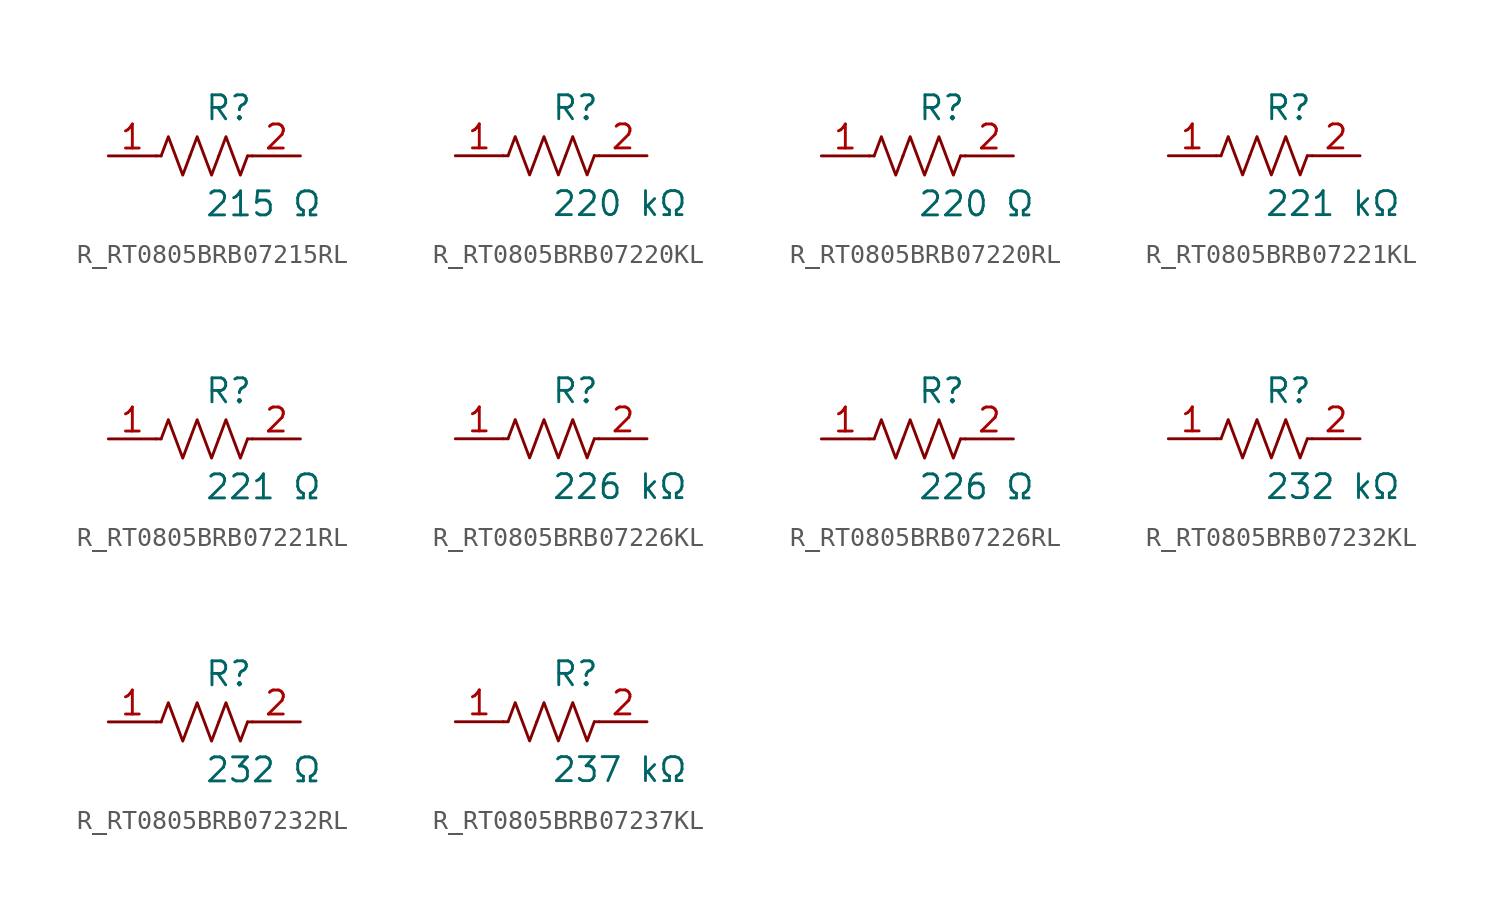
<source format=kicad_sym>
(kicad_symbol_lib
  (version 20231120)
  (generator kicad_symbol_editor)
  (generator_version 8.0)
  (symbol "R_RT0805BRB07215RL"
    (pin_names
      (offset 0.254))
    (property "Reference" "R"
      (at 0 2.54 0)
      (effects (font (size 1.27 1.27)) (justify left)))
    (property "Value" "215 Ω"
      (at 0 -2.54 0)
      (effects (font (size 1.27 1.27)) (justify left)))
    (symbol "R_RT0805BRB07215RL_0_1"
      (polyline (pts (xy 2.286 0) (xy 2.54 0)) (stroke (width 0) (type default)) (fill (type none)))
      (polyline (pts (xy -2.286 0) (xy -2.54 0)) (stroke (width 0) (type default)) (fill (type none)))
      (polyline (pts (xy 0.762 0) (xy 1.143 1.016) (xy 1.524 0) (xy 1.905 -1.016) (xy 2.286 0)) (stroke (width 0) (type default)) (fill (type none)))
      (polyline (pts (xy -0.762 0) (xy -0.381 1.016) (xy 0 0) (xy 0.381 -1.016) (xy 0.762 0)) (stroke (width 0) (type default)) (fill (type none)))
      (polyline (pts (xy -2.286 0) (xy -1.905 1.016) (xy -1.524 0) (xy -1.143 -1.016) (xy -0.762 0)) (stroke (width 0) (type default)) (fill (type none))))
    (pin unspecified line
      (at -5.08 0 0)
      (length 2.54)
      (name "" (effects (font (size 1.27 1.27))))
      (number "1" (effects (font (size 1.27 1.27)))))
    (pin unspecified line
      (at 5.08 0 180)
      (length 2.54)
      (name "" (effects (font (size 1.27 1.27))))
      (number "2" (effects (font (size 1.27 1.27))))))
  (symbol "R_RT0805BRB07220KL"
    (pin_names
      (offset 0.254))
    (property "Reference" "R"
      (at 0 2.54 0)
      (effects (font (size 1.27 1.27)) (justify left)))
    (property "Value" "220 kΩ"
      (at 0 -2.54 0)
      (effects (font (size 1.27 1.27)) (justify left)))
    (symbol "R_RT0805BRB07220KL_0_1"
      (polyline (pts (xy 2.286 0) (xy 2.54 0)) (stroke (width 0) (type default)) (fill (type none)))
      (polyline (pts (xy -2.286 0) (xy -2.54 0)) (stroke (width 0) (type default)) (fill (type none)))
      (polyline (pts (xy 0.762 0) (xy 1.143 1.016) (xy 1.524 0) (xy 1.905 -1.016) (xy 2.286 0)) (stroke (width 0) (type default)) (fill (type none)))
      (polyline (pts (xy -0.762 0) (xy -0.381 1.016) (xy 0 0) (xy 0.381 -1.016) (xy 0.762 0)) (stroke (width 0) (type default)) (fill (type none)))
      (polyline (pts (xy -2.286 0) (xy -1.905 1.016) (xy -1.524 0) (xy -1.143 -1.016) (xy -0.762 0)) (stroke (width 0) (type default)) (fill (type none))))
    (pin unspecified line
      (at -5.08 0 0)
      (length 2.54)
      (name "" (effects (font (size 1.27 1.27))))
      (number "1" (effects (font (size 1.27 1.27)))))
    (pin unspecified line
      (at 5.08 0 180)
      (length 2.54)
      (name "" (effects (font (size 1.27 1.27))))
      (number "2" (effects (font (size 1.27 1.27))))))
  (symbol "R_RT0805BRB07220RL"
    (pin_names
      (offset 0.254))
    (property "Reference" "R"
      (at 0 2.54 0)
      (effects (font (size 1.27 1.27)) (justify left)))
    (property "Value" "220 Ω"
      (at 0 -2.54 0)
      (effects (font (size 1.27 1.27)) (justify left)))
    (symbol "R_RT0805BRB07220RL_0_1"
      (polyline (pts (xy 2.286 0) (xy 2.54 0)) (stroke (width 0) (type default)) (fill (type none)))
      (polyline (pts (xy -2.286 0) (xy -2.54 0)) (stroke (width 0) (type default)) (fill (type none)))
      (polyline (pts (xy 0.762 0) (xy 1.143 1.016) (xy 1.524 0) (xy 1.905 -1.016) (xy 2.286 0)) (stroke (width 0) (type default)) (fill (type none)))
      (polyline (pts (xy -0.762 0) (xy -0.381 1.016) (xy 0 0) (xy 0.381 -1.016) (xy 0.762 0)) (stroke (width 0) (type default)) (fill (type none)))
      (polyline (pts (xy -2.286 0) (xy -1.905 1.016) (xy -1.524 0) (xy -1.143 -1.016) (xy -0.762 0)) (stroke (width 0) (type default)) (fill (type none))))
    (pin unspecified line
      (at -5.08 0 0)
      (length 2.54)
      (name "" (effects (font (size 1.27 1.27))))
      (number "1" (effects (font (size 1.27 1.27)))))
    (pin unspecified line
      (at 5.08 0 180)
      (length 2.54)
      (name "" (effects (font (size 1.27 1.27))))
      (number "2" (effects (font (size 1.27 1.27))))))
  (symbol "R_RT0805BRB07221KL"
    (pin_names
      (offset 0.254))
    (property "Reference" "R"
      (at 0 2.54 0)
      (effects (font (size 1.27 1.27)) (justify left)))
    (property "Value" "221 kΩ"
      (at 0 -2.54 0)
      (effects (font (size 1.27 1.27)) (justify left)))
    (symbol "R_RT0805BRB07221KL_0_1"
      (polyline (pts (xy 2.286 0) (xy 2.54 0)) (stroke (width 0) (type default)) (fill (type none)))
      (polyline (pts (xy -2.286 0) (xy -2.54 0)) (stroke (width 0) (type default)) (fill (type none)))
      (polyline (pts (xy 0.762 0) (xy 1.143 1.016) (xy 1.524 0) (xy 1.905 -1.016) (xy 2.286 0)) (stroke (width 0) (type default)) (fill (type none)))
      (polyline (pts (xy -0.762 0) (xy -0.381 1.016) (xy 0 0) (xy 0.381 -1.016) (xy 0.762 0)) (stroke (width 0) (type default)) (fill (type none)))
      (polyline (pts (xy -2.286 0) (xy -1.905 1.016) (xy -1.524 0) (xy -1.143 -1.016) (xy -0.762 0)) (stroke (width 0) (type default)) (fill (type none))))
    (pin unspecified line
      (at -5.08 0 0)
      (length 2.54)
      (name "" (effects (font (size 1.27 1.27))))
      (number "1" (effects (font (size 1.27 1.27)))))
    (pin unspecified line
      (at 5.08 0 180)
      (length 2.54)
      (name "" (effects (font (size 1.27 1.27))))
      (number "2" (effects (font (size 1.27 1.27))))))
  (symbol "R_RT0805BRB07221RL"
    (pin_names
      (offset 0.254))
    (property "Reference" "R"
      (at 0 2.54 0)
      (effects (font (size 1.27 1.27)) (justify left)))
    (property "Value" "221 Ω"
      (at 0 -2.54 0)
      (effects (font (size 1.27 1.27)) (justify left)))
    (symbol "R_RT0805BRB07221RL_0_1"
      (polyline (pts (xy 2.286 0) (xy 2.54 0)) (stroke (width 0) (type default)) (fill (type none)))
      (polyline (pts (xy -2.286 0) (xy -2.54 0)) (stroke (width 0) (type default)) (fill (type none)))
      (polyline (pts (xy 0.762 0) (xy 1.143 1.016) (xy 1.524 0) (xy 1.905 -1.016) (xy 2.286 0)) (stroke (width 0) (type default)) (fill (type none)))
      (polyline (pts (xy -0.762 0) (xy -0.381 1.016) (xy 0 0) (xy 0.381 -1.016) (xy 0.762 0)) (stroke (width 0) (type default)) (fill (type none)))
      (polyline (pts (xy -2.286 0) (xy -1.905 1.016) (xy -1.524 0) (xy -1.143 -1.016) (xy -0.762 0)) (stroke (width 0) (type default)) (fill (type none))))
    (pin unspecified line
      (at -5.08 0 0)
      (length 2.54)
      (name "" (effects (font (size 1.27 1.27))))
      (number "1" (effects (font (size 1.27 1.27)))))
    (pin unspecified line
      (at 5.08 0 180)
      (length 2.54)
      (name "" (effects (font (size 1.27 1.27))))
      (number "2" (effects (font (size 1.27 1.27))))))
  (symbol "R_RT0805BRB07226KL"
    (pin_names
      (offset 0.254))
    (property "Reference" "R"
      (at 0 2.54 0)
      (effects (font (size 1.27 1.27)) (justify left)))
    (property "Value" "226 kΩ"
      (at 0 -2.54 0)
      (effects (font (size 1.27 1.27)) (justify left)))
    (symbol "R_RT0805BRB07226KL_0_1"
      (polyline (pts (xy 2.286 0) (xy 2.54 0)) (stroke (width 0) (type default)) (fill (type none)))
      (polyline (pts (xy -2.286 0) (xy -2.54 0)) (stroke (width 0) (type default)) (fill (type none)))
      (polyline (pts (xy 0.762 0) (xy 1.143 1.016) (xy 1.524 0) (xy 1.905 -1.016) (xy 2.286 0)) (stroke (width 0) (type default)) (fill (type none)))
      (polyline (pts (xy -0.762 0) (xy -0.381 1.016) (xy 0 0) (xy 0.381 -1.016) (xy 0.762 0)) (stroke (width 0) (type default)) (fill (type none)))
      (polyline (pts (xy -2.286 0) (xy -1.905 1.016) (xy -1.524 0) (xy -1.143 -1.016) (xy -0.762 0)) (stroke (width 0) (type default)) (fill (type none))))
    (pin unspecified line
      (at -5.08 0 0)
      (length 2.54)
      (name "" (effects (font (size 1.27 1.27))))
      (number "1" (effects (font (size 1.27 1.27)))))
    (pin unspecified line
      (at 5.08 0 180)
      (length 2.54)
      (name "" (effects (font (size 1.27 1.27))))
      (number "2" (effects (font (size 1.27 1.27))))))
  (symbol "R_RT0805BRB07226RL"
    (pin_names
      (offset 0.254))
    (property "Reference" "R"
      (at 0 2.54 0)
      (effects (font (size 1.27 1.27)) (justify left)))
    (property "Value" "226 Ω"
      (at 0 -2.54 0)
      (effects (font (size 1.27 1.27)) (justify left)))
    (symbol "R_RT0805BRB07226RL_0_1"
      (polyline (pts (xy 2.286 0) (xy 2.54 0)) (stroke (width 0) (type default)) (fill (type none)))
      (polyline (pts (xy -2.286 0) (xy -2.54 0)) (stroke (width 0) (type default)) (fill (type none)))
      (polyline (pts (xy 0.762 0) (xy 1.143 1.016) (xy 1.524 0) (xy 1.905 -1.016) (xy 2.286 0)) (stroke (width 0) (type default)) (fill (type none)))
      (polyline (pts (xy -0.762 0) (xy -0.381 1.016) (xy 0 0) (xy 0.381 -1.016) (xy 0.762 0)) (stroke (width 0) (type default)) (fill (type none)))
      (polyline (pts (xy -2.286 0) (xy -1.905 1.016) (xy -1.524 0) (xy -1.143 -1.016) (xy -0.762 0)) (stroke (width 0) (type default)) (fill (type none))))
    (pin unspecified line
      (at -5.08 0 0)
      (length 2.54)
      (name "" (effects (font (size 1.27 1.27))))
      (number "1" (effects (font (size 1.27 1.27)))))
    (pin unspecified line
      (at 5.08 0 180)
      (length 2.54)
      (name "" (effects (font (size 1.27 1.27))))
      (number "2" (effects (font (size 1.27 1.27))))))
  (symbol "R_RT0805BRB07232KL"
    (pin_names
      (offset 0.254))
    (property "Reference" "R"
      (at 0 2.54 0)
      (effects (font (size 1.27 1.27)) (justify left)))
    (property "Value" "232 kΩ"
      (at 0 -2.54 0)
      (effects (font (size 1.27 1.27)) (justify left)))
    (symbol "R_RT0805BRB07232KL_0_1"
      (polyline (pts (xy 2.286 0) (xy 2.54 0)) (stroke (width 0) (type default)) (fill (type none)))
      (polyline (pts (xy -2.286 0) (xy -2.54 0)) (stroke (width 0) (type default)) (fill (type none)))
      (polyline (pts (xy 0.762 0) (xy 1.143 1.016) (xy 1.524 0) (xy 1.905 -1.016) (xy 2.286 0)) (stroke (width 0) (type default)) (fill (type none)))
      (polyline (pts (xy -0.762 0) (xy -0.381 1.016) (xy 0 0) (xy 0.381 -1.016) (xy 0.762 0)) (stroke (width 0) (type default)) (fill (type none)))
      (polyline (pts (xy -2.286 0) (xy -1.905 1.016) (xy -1.524 0) (xy -1.143 -1.016) (xy -0.762 0)) (stroke (width 0) (type default)) (fill (type none))))
    (pin unspecified line
      (at -5.08 0 0)
      (length 2.54)
      (name "" (effects (font (size 1.27 1.27))))
      (number "1" (effects (font (size 1.27 1.27)))))
    (pin unspecified line
      (at 5.08 0 180)
      (length 2.54)
      (name "" (effects (font (size 1.27 1.27))))
      (number "2" (effects (font (size 1.27 1.27))))))
  (symbol "R_RT0805BRB07232RL"
    (pin_names
      (offset 0.254))
    (property "Reference" "R"
      (at 0 2.54 0)
      (effects (font (size 1.27 1.27)) (justify left)))
    (property "Value" "232 Ω"
      (at 0 -2.54 0)
      (effects (font (size 1.27 1.27)) (justify left)))
    (symbol "R_RT0805BRB07232RL_0_1"
      (polyline (pts (xy 2.286 0) (xy 2.54 0)) (stroke (width 0) (type default)) (fill (type none)))
      (polyline (pts (xy -2.286 0) (xy -2.54 0)) (stroke (width 0) (type default)) (fill (type none)))
      (polyline (pts (xy 0.762 0) (xy 1.143 1.016) (xy 1.524 0) (xy 1.905 -1.016) (xy 2.286 0)) (stroke (width 0) (type default)) (fill (type none)))
      (polyline (pts (xy -0.762 0) (xy -0.381 1.016) (xy 0 0) (xy 0.381 -1.016) (xy 0.762 0)) (stroke (width 0) (type default)) (fill (type none)))
      (polyline (pts (xy -2.286 0) (xy -1.905 1.016) (xy -1.524 0) (xy -1.143 -1.016) (xy -0.762 0)) (stroke (width 0) (type default)) (fill (type none))))
    (pin unspecified line
      (at -5.08 0 0)
      (length 2.54)
      (name "" (effects (font (size 1.27 1.27))))
      (number "1" (effects (font (size 1.27 1.27)))))
    (pin unspecified line
      (at 5.08 0 180)
      (length 2.54)
      (name "" (effects (font (size 1.27 1.27))))
      (number "2" (effects (font (size 1.27 1.27))))))
  (symbol "R_RT0805BRB07237KL"
    (pin_names
      (offset 0.254))
    (property "Reference" "R"
      (at 0 2.54 0)
      (effects (font (size 1.27 1.27)) (justify left)))
    (property "Value" "237 kΩ"
      (at 0 -2.54 0)
      (effects (font (size 1.27 1.27)) (justify left)))
    (symbol "R_RT0805BRB07237KL_0_1"
      (polyline (pts (xy 2.286 0) (xy 2.54 0)) (stroke (width 0) (type default)) (fill (type none)))
      (polyline (pts (xy -2.286 0) (xy -2.54 0)) (stroke (width 0) (type default)) (fill (type none)))
      (polyline (pts (xy 0.762 0) (xy 1.143 1.016) (xy 1.524 0) (xy 1.905 -1.016) (xy 2.286 0)) (stroke (width 0) (type default)) (fill (type none)))
      (polyline (pts (xy -0.762 0) (xy -0.381 1.016) (xy 0 0) (xy 0.381 -1.016) (xy 0.762 0)) (stroke (width 0) (type default)) (fill (type none)))
      (polyline (pts (xy -2.286 0) (xy -1.905 1.016) (xy -1.524 0) (xy -1.143 -1.016) (xy -0.762 0)) (stroke (width 0) (type default)) (fill (type none))))
    (pin unspecified line
      (at -5.08 0 0)
      (length 2.54)
      (name "" (effects (font (size 1.27 1.27))))
      (number "1" (effects (font (size 1.27 1.27)))))
    (pin unspecified line
      (at 5.08 0 180)
      (length 2.54)
      (name "" (effects (font (size 1.27 1.27))))
      (number "2" (effects (font (size 1.27 1.27)))))))
</source>
